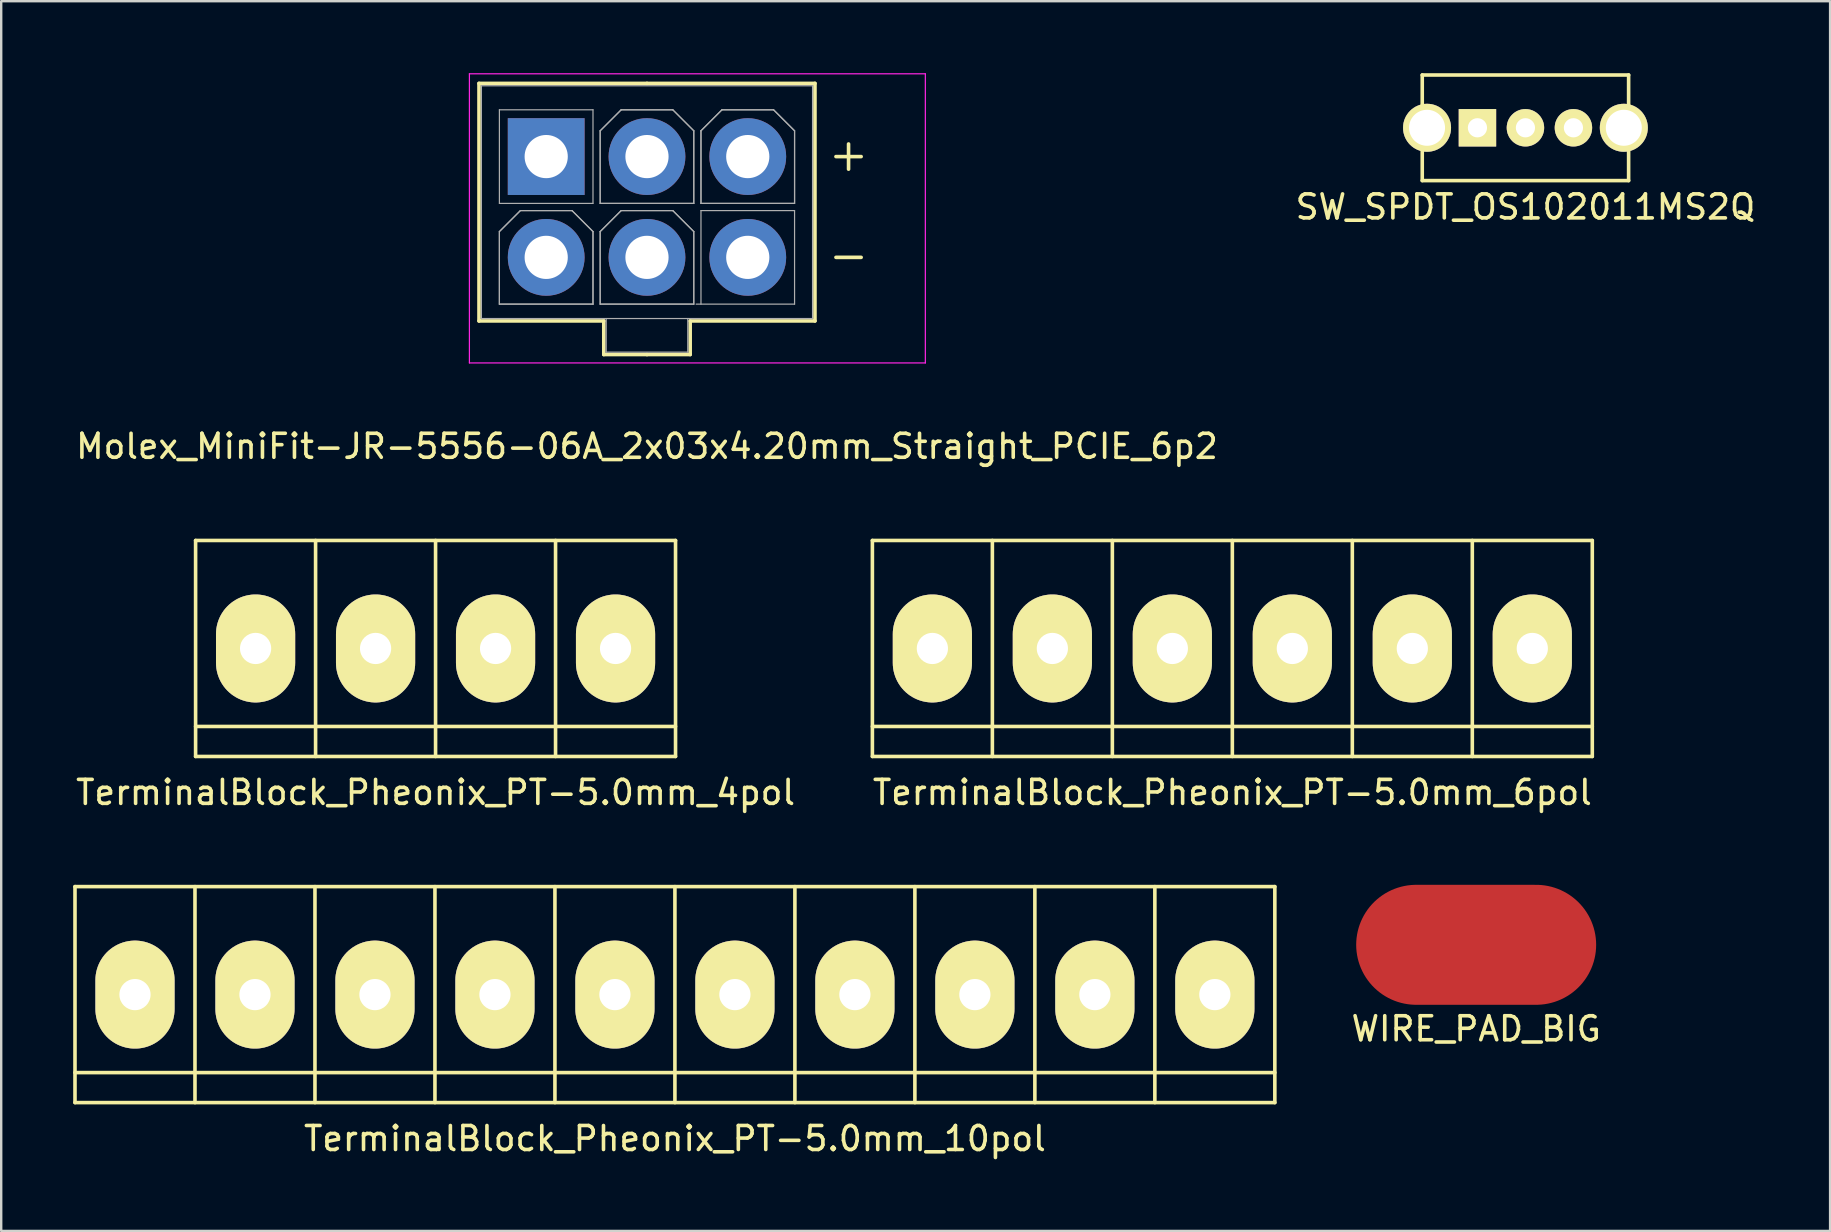
<source format=kicad_pcb>
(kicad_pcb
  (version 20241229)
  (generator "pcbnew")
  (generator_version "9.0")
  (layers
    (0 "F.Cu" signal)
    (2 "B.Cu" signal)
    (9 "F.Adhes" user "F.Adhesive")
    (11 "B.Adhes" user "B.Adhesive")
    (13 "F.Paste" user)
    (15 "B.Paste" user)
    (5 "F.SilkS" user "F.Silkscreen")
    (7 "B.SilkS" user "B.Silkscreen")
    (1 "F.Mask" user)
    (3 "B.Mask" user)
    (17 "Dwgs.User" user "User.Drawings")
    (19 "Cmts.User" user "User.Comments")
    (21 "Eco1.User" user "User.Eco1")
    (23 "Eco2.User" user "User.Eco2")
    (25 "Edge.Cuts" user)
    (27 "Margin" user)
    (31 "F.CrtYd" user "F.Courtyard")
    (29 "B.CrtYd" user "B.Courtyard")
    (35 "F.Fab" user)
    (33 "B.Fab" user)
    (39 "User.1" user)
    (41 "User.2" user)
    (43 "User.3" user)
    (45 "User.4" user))
  (footprint "WIRE_PAD_BIG"
    (layer "F.Cu")
    (at 58.465 36.322)
    (property "Reference" "WIRE_PAD_BIG" (at 0 3.5 0) (layer "F.SilkS") (effects (font (size 1 1) (thickness 0.15))))
    (attr through_hole)
    (pad "1" smd oval (at 0 0) (size 10 5) (layers "F.Cu" "F.Mask" "F.Paste")))
  (footprint "TerminalBlock_Pheonix_PT-5.0mm_4pol"
    (layer "F.Cu")
    (at 7.601 23.973)
    (property "Reference" "TerminalBlock_Pheonix_PT-5.0mm_4pol" (at 7.5 6 0) (layer "F.SilkS") (effects (font (size 1 1) (thickness 0.15))))
    (attr through_hole)
    (fp_line (start -2.5 -4.5) (end -2.5 4.5) (stroke (width 0.15) (type solid)) (layer "F.SilkS"))
    (fp_line (start -2.5 -4.5) (end 17.5 -4.5) (stroke (width 0.15) (type solid)) (layer "F.SilkS"))
    (fp_line (start 2.5 -4.5) (end 2.5 4.5) (stroke (width 0.15) (type solid)) (layer "F.SilkS"))
    (fp_line (start 7.5 4.5) (end 7.5 -4.5) (stroke (width 0.15) (type solid)) (layer "F.SilkS"))
    (fp_line (start 12.5 -4.5) (end 12.5 4.5) (stroke (width 0.15) (type solid)) (layer "F.SilkS"))
    (fp_line (start 17.5 3.25) (end -2.5 3.25) (stroke (width 0.15) (type solid)) (layer "F.SilkS"))
    (fp_line (start 17.5 4.5) (end -2.5 4.5) (stroke (width 0.15) (type solid)) (layer "F.SilkS"))
    (fp_line (start 17.5 4.5) (end 17.5 -4.5) (stroke (width 0.15) (type solid)) (layer "F.SilkS"))
    (pad "1" thru_hole oval (at 0 0) (size 3.3 4.5) (drill 1.3) (layers "*.Cu" "*.Mask" "F.SilkS"))
    (pad "2" thru_hole oval (at 5 0) (size 3.3 4.5) (drill 1.3) (layers "*.Cu" "*.Mask" "F.SilkS"))
    (pad "3" thru_hole oval (at 10 0) (size 3.3 4.5) (drill 1.3) (layers "*.Cu" "*.Mask" "F.SilkS"))
    (pad "4" thru_hole oval (at 15 0) (size 3.3 4.5) (drill 1.3) (layers "*.Cu" "*.Mask" "F.SilkS")))
  (footprint "Molex_MiniFit-JR-5556-06A_2x03x4.20mm_Straight_PCIE_6p2"
    (layer "F.Cu")
    (at 19.711 3.475)
    (property "Reference" "Molex_MiniFit-JR-5556-06A_2x03x4.20mm_Straight_PCIE_6p2" (at 4.2 12.075 0) (layer "F.SilkS") (effects (font (size 1 1) (thickness 0.15))))
    (attr through_hole)
    (fp_line (start -2.8 -3.05) (end -2.8 6.85) (stroke (width 0.15) (type solid)) (layer "F.SilkS"))
    (fp_line (start -2.8 6.85) (end 2.4 6.85) (stroke (width 0.15) (type solid)) (layer "F.SilkS"))
    (fp_line (start 2.4 6.85) (end 2.4 8.25) (stroke (width 0.15) (type solid)) (layer "F.SilkS"))
    (fp_line (start 2.4 8.25) (end 4.2 8.25) (stroke (width 0.15) (type solid)) (layer "F.SilkS"))
    (fp_line (start 4.2 -3.05) (end -2.8 -3.05) (stroke (width 0.15) (type solid)) (layer "F.SilkS"))
    (fp_line (start 4.2 -3.05) (end 11.2 -3.05) (stroke (width 0.15) (type solid)) (layer "F.SilkS"))
    (fp_line (start 6 6.85) (end 6 8.25) (stroke (width 0.15) (type solid)) (layer "F.SilkS"))
    (fp_line (start 6 8.25) (end 4.2 8.25) (stroke (width 0.15) (type solid)) (layer "F.SilkS"))
    (fp_line (start 11.2 -3.05) (end 11.2 6.85) (stroke (width 0.15) (type solid)) (layer "F.SilkS"))
    (fp_line (start 11.2 6.85) (end 6 6.85) (stroke (width 0.15) (type solid)) (layer "F.SilkS"))
    (fp_line (start 12.075 0) (end 13.125 0) (stroke (width 0.15) (type solid)) (layer "F.SilkS"))
    (fp_line (start 12.075 4.2) (end 13.125 4.2) (stroke (width 0.15) (type solid)) (layer "F.SilkS"))
    (fp_line (start 12.6 -0.525) (end 12.6 0.525) (stroke (width 0.15) (type solid)) (layer "F.SilkS"))
    (fp_line (start -3.2 -3.45) (end -3.2 8.6) (stroke (width 0.05) (type solid)) (layer "F.CrtYd"))
    (fp_line (start -3.2 8.6) (end 15.8 8.6) (stroke (width 0.05) (type solid)) (layer "F.CrtYd"))
    (fp_line (start 15.8 -3.45) (end -3.2 -3.45) (stroke (width 0.05) (type solid)) (layer "F.CrtYd"))
    (fp_line (start 15.8 8.6) (end 15.8 -3.45) (stroke (width 0.05) (type solid)) (layer "F.CrtYd"))
    (fp_line (start -2.7 -2.95) (end -2.7 6.75) (stroke (width 0.05) (type solid)) (layer "F.Fab"))
    (fp_line (start -2.7 6.75) (end 11.1 6.75) (stroke (width 0.05) (type solid)) (layer "F.Fab"))
    (fp_line (start -1.95 -1.95) (end -1.95 1.95) (stroke (width 0.05) (type solid)) (layer "F.Fab"))
    (fp_line (start -1.95 1.95) (end 1.95 1.95) (stroke (width 0.05) (type solid)) (layer "F.Fab"))
    (fp_line (start -1.95 3.125) (end -1.075 2.25) (stroke (width 0.05) (type solid)) (layer "F.Fab"))
    (fp_line (start -1.95 3.125) (end -1.075 2.25) (stroke (width 0.05) (type solid)) (layer "F.Fab"))
    (fp_line (start -1.95 6.15) (end -1.95 3.125) (stroke (width 0.05) (type solid)) (layer "F.Fab"))
    (fp_line (start -1.95 6.15) (end -1.95 3.125) (stroke (width 0.05) (type solid)) (layer "F.Fab"))
    (fp_line (start -1.075 2.25) (end 1.075 2.25) (stroke (width 0.05) (type solid)) (layer "F.Fab"))
    (fp_line (start -1.075 2.25) (end 1.075 2.25) (stroke (width 0.05) (type solid)) (layer "F.Fab"))
    (fp_line (start 1.075 2.25) (end 1.95 3.125) (stroke (width 0.05) (type solid)) (layer "F.Fab"))
    (fp_line (start 1.075 2.25) (end 1.95 3.125) (stroke (width 0.05) (type solid)) (layer "F.Fab"))
    (fp_line (start 1.95 -1.95) (end -1.95 -1.95) (stroke (width 0.05) (type solid)) (layer "F.Fab"))
    (fp_line (start 1.95 1.95) (end 1.95 -1.95) (stroke (width 0.05) (type solid)) (layer "F.Fab"))
    (fp_line (start 1.95 3.125) (end 1.95 6.15) (stroke (width 0.05) (type solid)) (layer "F.Fab"))
    (fp_line (start 1.95 3.125) (end 1.95 6.15) (stroke (width 0.05) (type solid)) (layer "F.Fab"))
    (fp_line (start 1.95 6.15) (end -1.95 6.15) (stroke (width 0.05) (type solid)) (layer "F.Fab"))
    (fp_line (start 1.95 6.15) (end -1.95 6.15) (stroke (width 0.05) (type solid)) (layer "F.Fab"))
    (fp_line (start 2.25 -1.075) (end 3.125 -1.95) (stroke (width 0.05) (type solid)) (layer "F.Fab"))
    (fp_line (start 2.25 -1.075) (end 3.125 -1.95) (stroke (width 0.05) (type solid)) (layer "F.Fab"))
    (fp_line (start 2.25 1.95) (end 2.25 -1.075) (stroke (width 0.05) (type solid)) (layer "F.Fab"))
    (fp_line (start 2.25 1.95) (end 2.25 -1.075) (stroke (width 0.05) (type solid)) (layer "F.Fab"))
    (fp_line (start 2.25 3.125) (end 3.125 2.25) (stroke (width 0.05) (type solid)) (layer "F.Fab"))
    (fp_line (start 2.25 3.125) (end 3.125 2.25) (stroke (width 0.05) (type solid)) (layer "F.Fab"))
    (fp_line (start 2.25 6.15) (end 2.25 3.125) (stroke (width 0.05) (type solid)) (layer "F.Fab"))
    (fp_line (start 2.25 6.15) (end 2.25 3.125) (stroke (width 0.05) (type solid)) (layer "F.Fab"))
    (fp_line (start 2.5 6.75) (end 2.5 8.15) (stroke (width 0.05) (type solid)) (layer "F.Fab"))
    (fp_line (start 2.5 8.15) (end 5.9 8.15) (stroke (width 0.05) (type solid)) (layer "F.Fab"))
    (fp_line (start 3.125 -1.95) (end 5.275 -1.95) (stroke (width 0.05) (type solid)) (layer "F.Fab"))
    (fp_line (start 3.125 -1.95) (end 5.275 -1.95) (stroke (width 0.05) (type solid)) (layer "F.Fab"))
    (fp_line (start 3.125 2.25) (end 5.275 2.25) (stroke (width 0.05) (type solid)) (layer "F.Fab"))
    (fp_line (start 3.125 2.25) (end 5.275 2.25) (stroke (width 0.05) (type solid)) (layer "F.Fab"))
    (fp_line (start 5.275 -1.95) (end 6.15 -1.075) (stroke (width 0.05) (type solid)) (layer "F.Fab"))
    (fp_line (start 5.275 -1.95) (end 6.15 -1.075) (stroke (width 0.05) (type solid)) (layer "F.Fab"))
    (fp_line (start 5.275 2.25) (end 6.15 3.125) (stroke (width 0.05) (type solid)) (layer "F.Fab"))
    (fp_line (start 5.275 2.25) (end 6.15 3.125) (stroke (width 0.05) (type solid)) (layer "F.Fab"))
    (fp_line (start 5.9 8.15) (end 5.9 6.75) (stroke (width 0.05) (type solid)) (layer "F.Fab"))
    (fp_line (start 6.15 -1.075) (end 6.15 1.95) (stroke (width 0.05) (type solid)) (layer "F.Fab"))
    (fp_line (start 6.15 -1.075) (end 6.15 1.95) (stroke (width 0.05) (type solid)) (layer "F.Fab"))
    (fp_line (start 6.15 1.95) (end 2.25 1.95) (stroke (width 0.05) (type solid)) (layer "F.Fab"))
    (fp_line (start 6.15 1.95) (end 2.25 1.95) (stroke (width 0.05) (type solid)) (layer "F.Fab"))
    (fp_line (start 6.15 3.125) (end 6.15 6.15) (stroke (width 0.05) (type solid)) (layer "F.Fab"))
    (fp_line (start 6.15 3.125) (end 6.15 6.15) (stroke (width 0.05) (type solid)) (layer "F.Fab"))
    (fp_line (start 6.15 6.15) (end 2.25 6.15) (stroke (width 0.05) (type solid)) (layer "F.Fab"))
    (fp_line (start 6.15 6.15) (end 2.25 6.15) (stroke (width 0.05) (type solid)) (layer "F.Fab"))
    (fp_line (start 6.25 6.15) (end 10.35 6.15) (stroke (width 0.05) (type solid)) (layer "F.Fab"))
    (fp_line (start 6.45 -1.075) (end 7.325 -1.95) (stroke (width 0.05) (type solid)) (layer "F.Fab"))
    (fp_line (start 6.45 -1.075) (end 7.325 -1.95) (stroke (width 0.05) (type solid)) (layer "F.Fab"))
    (fp_line (start 6.45 1.95) (end 6.45 -1.075) (stroke (width 0.05) (type solid)) (layer "F.Fab"))
    (fp_line (start 6.45 1.95) (end 6.45 -1.075) (stroke (width 0.05) (type solid)) (layer "F.Fab"))
    (fp_line (start 6.45 2.25) (end 6.45 6.15) (stroke (width 0.05) (type solid)) (layer "F.Fab"))
    (fp_line (start 7.325 -1.95) (end 9.475 -1.95) (stroke (width 0.05) (type solid)) (layer "F.Fab"))
    (fp_line (start 7.325 -1.95) (end 9.475 -1.95) (stroke (width 0.05) (type solid)) (layer "F.Fab"))
    (fp_line (start 9.475 -1.95) (end 10.35 -1.075) (stroke (width 0.05) (type solid)) (layer "F.Fab"))
    (fp_line (start 9.475 -1.95) (end 10.35 -1.075) (stroke (width 0.05) (type solid)) (layer "F.Fab"))
    (fp_line (start 10.35 -1.075) (end 10.35 1.95) (stroke (width 0.05) (type solid)) (layer "F.Fab"))
    (fp_line (start 10.35 -1.075) (end 10.35 1.95) (stroke (width 0.05) (type solid)) (layer "F.Fab"))
    (fp_line (start 10.35 1.95) (end 6.45 1.95) (stroke (width 0.05) (type solid)) (layer "F.Fab"))
    (fp_line (start 10.35 1.95) (end 6.45 1.95) (stroke (width 0.05) (type solid)) (layer "F.Fab"))
    (fp_line (start 10.35 2.25) (end 6.45 2.25) (stroke (width 0.05) (type solid)) (layer "F.Fab"))
    (fp_line (start 10.35 6.15) (end 10.35 2.25) (stroke (width 0.05) (type solid)) (layer "F.Fab"))
    (fp_line (start 11.1 -2.95) (end -2.7 -2.95) (stroke (width 0.05) (type solid)) (layer "F.Fab"))
    (fp_line (start 11.1 6.75) (end 11.1 -2.95) (stroke (width 0.05) (type solid)) (layer "F.Fab"))
    (pad "1" thru_hole rect (at 0 0) (size 3.2 3.2) (drill 1.8) (layers "*.Cu" "*.Mask"))
    (pad "2" thru_hole circle (at 4.2 0) (size 3.2 3.2) (drill 1.8) (layers "*.Cu" "*.Mask"))
    (pad "3" thru_hole circle (at 8.4 0) (size 3.2 3.2) (drill 1.8) (layers "*.Cu" "*.Mask"))
    (pad "4" thru_hole circle (at 0 4.2) (size 3.2 3.2) (drill 1.8) (layers "*.Cu" "*.Mask"))
    (pad "5" thru_hole circle (at 4.2 4.2) (size 3.2 3.2) (drill 1.8) (layers "*.Cu" "*.Mask"))
    (pad "6" thru_hole circle (at 8.4 4.2) (size 3.2 3.2) (drill 1.8) (layers "*.Cu" "*.Mask")))
  (footprint "TerminalBlock_Pheonix_PT-5.0mm_10pol"
    (layer "F.Cu")
    (at 2.575 38.397)
    (property "Reference" "TerminalBlock_Pheonix_PT-5.0mm_10pol" (at 22.5 6 0) (layer "F.SilkS") (effects (font (size 1 1) (thickness 0.15))))
    (attr through_hole)
    (fp_line (start -2.5 -4.5) (end -2.5 4.5) (stroke (width 0.15) (type solid)) (layer "F.SilkS"))
    (fp_line (start -2.5 3.25) (end 47.5 3.25) (stroke (width 0.15) (type solid)) (layer "F.SilkS"))
    (fp_line (start -2.5 4.5) (end 47.5 4.5) (stroke (width 0.15) (type solid)) (layer "F.SilkS"))
    (fp_line (start 2.5 -4.5) (end 2.5 4.5) (stroke (width 0.15) (type solid)) (layer "F.SilkS"))
    (fp_line (start 7.5 4.5) (end 7.5 -4.5) (stroke (width 0.15) (type solid)) (layer "F.SilkS"))
    (fp_line (start 12.5 -4.5) (end 12.5 4.5) (stroke (width 0.15) (type solid)) (layer "F.SilkS"))
    (fp_line (start 17.5 4.5) (end 17.5 -4.5) (stroke (width 0.15) (type solid)) (layer "F.SilkS"))
    (fp_line (start 22.5 -4.5) (end 22.5 4.5) (stroke (width 0.15) (type solid)) (layer "F.SilkS"))
    (fp_line (start 27.5 4.5) (end 27.5 -4.5) (stroke (width 0.15) (type solid)) (layer "F.SilkS"))
    (fp_line (start 32.5 -4.5) (end 32.5 4.5) (stroke (width 0.15) (type solid)) (layer "F.SilkS"))
    (fp_line (start 37.5 4.5) (end 37.5 -4.5) (stroke (width 0.15) (type solid)) (layer "F.SilkS"))
    (fp_line (start 42.5 -4.5) (end 42.5 4.5) (stroke (width 0.15) (type solid)) (layer "F.SilkS"))
    (fp_line (start 47.5 -4.5) (end -2.5 -4.5) (stroke (width 0.15) (type solid)) (layer "F.SilkS"))
    (fp_line (start 47.5 4.5) (end 47.5 -4.5) (stroke (width 0.15) (type solid)) (layer "F.SilkS"))
    (pad "1" thru_hole oval (at 0 0) (size 3.3 4.5) (drill 1.3) (layers "*.Cu" "*.Mask" "F.SilkS"))
    (pad "2" thru_hole oval (at 5 0) (size 3.3 4.5) (drill 1.3) (layers "*.Cu" "*.Mask" "F.SilkS"))
    (pad "3" thru_hole oval (at 10 0) (size 3.3 4.5) (drill 1.3) (layers "*.Cu" "*.Mask" "F.SilkS"))
    (pad "4" thru_hole oval (at 15 0) (size 3.3 4.5) (drill 1.3) (layers "*.Cu" "*.Mask" "F.SilkS"))
    (pad "5" thru_hole oval (at 20 0) (size 3.3 4.5) (drill 1.3) (layers "*.Cu" "*.Mask" "F.SilkS"))
    (pad "6" thru_hole oval (at 25 0) (size 3.3 4.5) (drill 1.3) (layers "*.Cu" "*.Mask" "F.SilkS"))
    (pad "7" thru_hole oval (at 30 0) (size 3.3 4.5) (drill 1.3) (layers "*.Cu" "*.Mask" "F.SilkS"))
    (pad "8" thru_hole oval (at 35 0) (size 3.3 4.5) (drill 1.3) (layers "*.Cu" "*.Mask" "F.SilkS"))
    (pad "9" thru_hole oval (at 40 0) (size 3.3 4.5) (drill 1.3) (layers "*.Cu" "*.Mask" "F.SilkS"))
    (pad "10" thru_hole oval (at 45 0) (size 3.3 4.5) (drill 1.3) (layers "*.Cu" "*.Mask" "F.SilkS")))
  (footprint "TerminalBlock_Pheonix_PT-5.0mm_6pol"
    (layer "F.Cu")
    (at 35.804 23.973)
    (property "Reference" "TerminalBlock_Pheonix_PT-5.0mm_6pol" (at 12.5 6 0) (layer "F.SilkS") (effects (font (size 1 1) (thickness 0.15))))
    (attr through_hole)
    (fp_line (start -2.5 -4.5) (end -2.5 4.5) (stroke (width 0.15) (type solid)) (layer "F.SilkS"))
    (fp_line (start -2.5 -4.5) (end 27.5 -4.5) (stroke (width 0.15) (type solid)) (layer "F.SilkS"))
    (fp_line (start 2.5 -4.5) (end 2.5 4.5) (stroke (width 0.15) (type solid)) (layer "F.SilkS"))
    (fp_line (start 7.5 4.5) (end 7.5 -4.5) (stroke (width 0.15) (type solid)) (layer "F.SilkS"))
    (fp_line (start 12.5 -4.5) (end 12.5 4.5) (stroke (width 0.15) (type solid)) (layer "F.SilkS"))
    (fp_line (start 17.5 4.5) (end 17.5 -4.5) (stroke (width 0.15) (type solid)) (layer "F.SilkS"))
    (fp_line (start 22.5 -4.5) (end 22.5 4.5) (stroke (width 0.15) (type solid)) (layer "F.SilkS"))
    (fp_line (start 27.5 3.25) (end -2.5 3.25) (stroke (width 0.15) (type solid)) (layer "F.SilkS"))
    (fp_line (start 27.5 4.5) (end -2.5 4.5) (stroke (width 0.15) (type solid)) (layer "F.SilkS"))
    (fp_line (start 27.5 4.5) (end 27.5 -4.5) (stroke (width 0.15) (type solid)) (layer "F.SilkS"))
    (pad "1" thru_hole oval (at 0 0) (size 3.3 4.5) (drill 1.3) (layers "*.Cu" "*.Mask" "F.SilkS"))
    (pad "2" thru_hole oval (at 5 0) (size 3.3 4.5) (drill 1.3) (layers "*.Cu" "*.Mask" "F.SilkS"))
    (pad "3" thru_hole oval (at 10 0) (size 3.3 4.5) (drill 1.3) (layers "*.Cu" "*.Mask" "F.SilkS"))
    (pad "4" thru_hole oval (at 15 0) (size 3.3 4.5) (drill 1.3) (layers "*.Cu" "*.Mask" "F.SilkS"))
    (pad "5" thru_hole oval (at 20 0) (size 3.3 4.5) (drill 1.3) (layers "*.Cu" "*.Mask" "F.SilkS"))
    (pad "6" thru_hole oval (at 25 0) (size 3.3 4.5) (drill 1.3) (layers "*.Cu" "*.Mask" "F.SilkS")))
  (footprint "SW_SPDT_OS102011MS2Q"
    (layer "F.Cu")
    (at 60.518 2.275)
    (property "Reference" "SW_SPDT_OS102011MS2Q" (at 0 3.3 0) (layer "F.SilkS") (effects (font (size 1 1) (thickness 0.15))))
    (attr through_hole)
    (fp_line (start -4.3 -2.2) (end -4.3 2.2) (stroke (width 0.15) (type solid)) (layer "F.SilkS"))
    (fp_line (start -4.3 2.2) (end 4.3 2.2) (stroke (width 0.15) (type solid)) (layer "F.SilkS"))
    (fp_line (start 4.3 -2.2) (end -4.3 -2.2) (stroke (width 0.15) (type solid)) (layer "F.SilkS"))
    (fp_line (start 4.3 2.2) (end 4.3 -2.2) (stroke (width 0.15) (type solid)) (layer "F.SilkS"))
    (pad "" thru_hole circle (at -4.1 0) (size 2 2) (drill 1.5) (layers "*.Cu" "*.Mask" "F.SilkS"))
    (pad "" thru_hole circle (at 4.1 0) (size 2 2) (drill 1.5) (layers "*.Cu" "*.Mask" "F.SilkS"))
    (pad "1" thru_hole rect (at -2 0) (size 1.56 1.56) (drill 0.8) (layers "*.Cu" "*.Mask" "F.SilkS"))
    (pad "2" thru_hole circle (at 0 0) (size 1.56 1.56) (drill 0.8) (layers "*.Cu" "*.Mask" "F.SilkS"))
    (pad "3" thru_hole circle (at 2 0) (size 1.56 1.56) (drill 0.8) (layers "*.Cu" "*.Mask" "F.SilkS")))
  (gr_rect
    (start -3 -3)
    (end 73.214 48.245)
    (stroke (width 0.1) (type default))
    (fill no)
    (layer "Edge.Cuts")))
</source>
